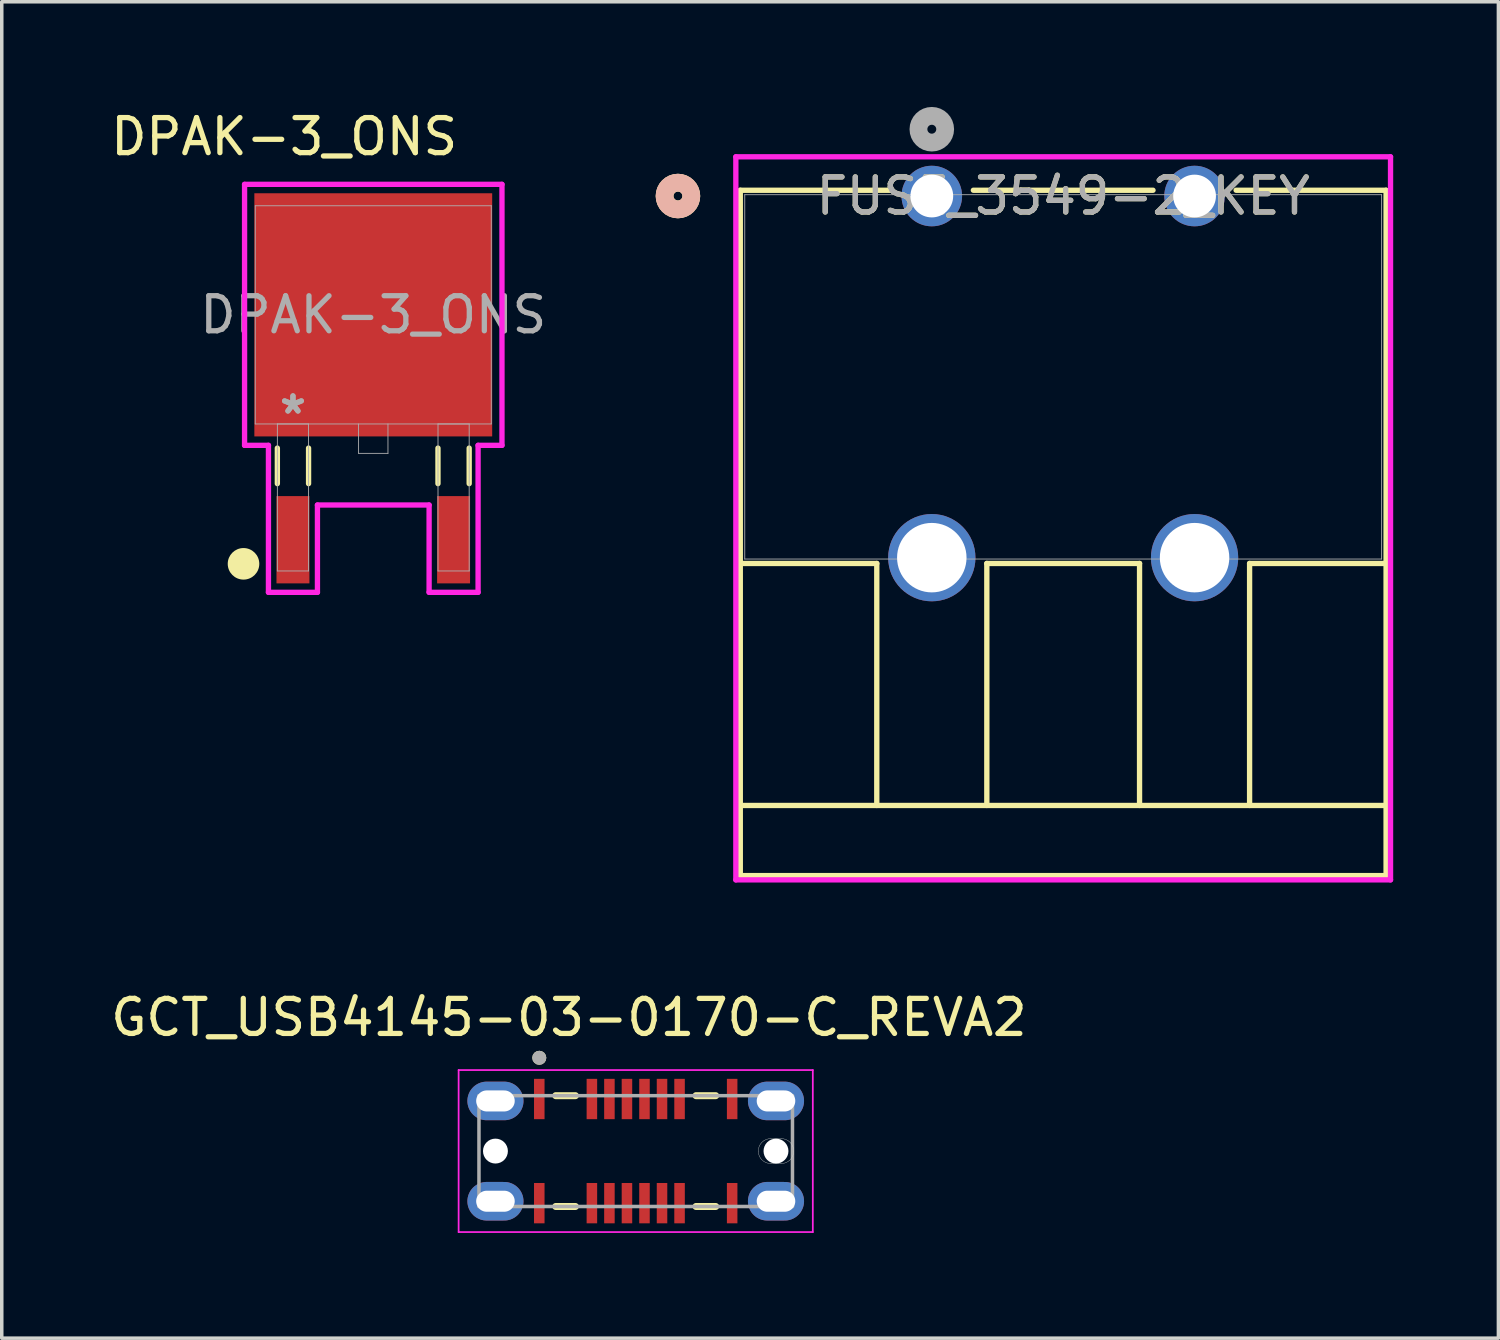
<source format=kicad_pcb>
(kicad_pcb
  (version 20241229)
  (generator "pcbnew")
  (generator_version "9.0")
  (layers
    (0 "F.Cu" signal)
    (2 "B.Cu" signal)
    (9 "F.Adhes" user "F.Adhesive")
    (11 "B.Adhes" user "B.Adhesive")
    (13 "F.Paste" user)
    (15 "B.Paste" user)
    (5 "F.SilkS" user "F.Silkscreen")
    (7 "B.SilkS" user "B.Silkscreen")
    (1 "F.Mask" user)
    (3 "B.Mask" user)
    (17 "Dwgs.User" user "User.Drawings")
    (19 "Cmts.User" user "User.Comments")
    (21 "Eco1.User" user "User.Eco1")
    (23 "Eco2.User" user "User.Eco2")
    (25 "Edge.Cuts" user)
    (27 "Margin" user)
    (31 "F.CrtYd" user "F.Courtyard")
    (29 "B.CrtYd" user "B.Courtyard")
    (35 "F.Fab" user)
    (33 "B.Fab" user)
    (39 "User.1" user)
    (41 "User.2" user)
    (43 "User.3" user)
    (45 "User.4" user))
  (footprint "GCT_USB4145-03-0170-C_REVA2"
    (layer "F.Cu")
    (at 15.078 29.774)
    (property "Reference" "GCT_USB4145-03-0170-C_REVA2" (at -1.905 -3.81 0) (layer "F.SilkS") (effects (font (size 1 1) (thickness 0.15))))
    (attr smd)
    (fp_line (start -2.28 -1.58) (end -1.72 -1.58) (stroke (width 0.2) (type solid)) (layer "F.SilkS"))
    (fp_line (start -2.28 1.58) (end -1.72 1.58) (stroke (width 0.2) (type solid)) (layer "F.SilkS"))
    (fp_line (start 1.72 -1.58) (end 2.28 -1.58) (stroke (width 0.2) (type solid)) (layer "F.SilkS"))
    (fp_line (start 1.72 1.58) (end 2.28 1.58) (stroke (width 0.2) (type solid)) (layer "F.SilkS"))
    (fp_circle (center -2.75 -2.66) (end -2.65 -2.66) (stroke (width 0.2) (type solid)) (fill no) (layer "F.SilkS"))
    (fp_line (start 3.85 -0.355) (end 4.15 -0.355) (stroke (width 0.01) (type solid)) (layer "Edge.Cuts"))
    (fp_line (start 4.15 0.355) (end 3.85 0.355) (stroke (width 0.01) (type solid)) (layer "Edge.Cuts"))
    (fp_arc (start 3.495 0) (mid 3.598977 -0.251023) (end 3.85 -0.355) (stroke (width 0.01) (type solid)) (layer "Edge.Cuts"))
    (fp_arc (start 3.85 0.355) (mid 3.598977 0.251023) (end 3.495 0) (stroke (width 0.01) (type solid)) (layer "Edge.Cuts"))
    (fp_arc (start 4.15 -0.355) (mid 4.401023 -0.251023) (end 4.505 0) (stroke (width 0.01) (type solid)) (layer "Edge.Cuts"))
    (fp_arc (start 4.505 0) (mid 4.401023 0.251023) (end 4.15 0.355) (stroke (width 0.01) (type solid)) (layer "Edge.Cuts"))
    (fp_line (start -5.05 -2.31) (end -5.05 2.31) (stroke (width 0.05) (type solid)) (layer "F.CrtYd"))
    (fp_line (start -5.05 2.31) (end 5.05 2.31) (stroke (width 0.05) (type solid)) (layer "F.CrtYd"))
    (fp_line (start 5.05 -2.31) (end -5.05 -2.31) (stroke (width 0.05) (type solid)) (layer "F.CrtYd"))
    (fp_line (start 5.05 2.31) (end 5.05 -2.31) (stroke (width 0.05) (type solid)) (layer "F.CrtYd"))
    (fp_line (start -4.47 -1.58) (end 4.47 -1.58) (stroke (width 0.1) (type solid)) (layer "F.Fab"))
    (fp_line (start -4.47 1.58) (end -4.47 -1.58) (stroke (width 0.1) (type solid)) (layer "F.Fab"))
    (fp_line (start 4.47 -1.58) (end 4.47 1.58) (stroke (width 0.1) (type solid)) (layer "F.Fab"))
    (fp_line (start 4.47 1.58) (end -4.47 1.58) (stroke (width 0.1) (type solid)) (layer "F.Fab"))
    (fp_circle (center -2.75 -2.66) (end -2.65 -2.66) (stroke (width 0.2) (type solid)) (fill no) (layer "F.Fab"))
    (pad "" np_thru_hole circle (at -4 0) (size 0.71 0.71) (drill 0.71) (layers "*.Cu" "*.Mask"))
    (pad "" np_thru_hole circle (at 4 0) (size 0.71 0.71) (drill 0.71) (layers "*.Cu" "*.Mask"))
    (pad "A1" smd rect (at -2.75 -1.485) (size 0.3 1.15) (layers "F.Cu" "F.Mask" "F.Paste"))
    (pad "A4" smd rect (at -1.25 -1.485) (size 0.3 1.15) (layers "F.Cu" "F.Mask" "F.Paste"))
    (pad "A5" smd rect (at -0.75 -1.485) (size 0.3 1.15) (layers "F.Cu" "F.Mask" "F.Paste"))
    (pad "A6" smd rect (at -0.25 -1.485) (size 0.3 1.15) (layers "F.Cu" "F.Mask" "F.Paste"))
    (pad "A7" smd rect (at 0.25 -1.485) (size 0.3 1.15) (layers "F.Cu" "F.Mask" "F.Paste"))
    (pad "A8" smd rect (at 0.75 -1.485) (size 0.3 1.15) (layers "F.Cu" "F.Mask" "F.Paste"))
    (pad "A9" smd rect (at 1.25 -1.485) (size 0.3 1.15) (layers "F.Cu" "F.Mask" "F.Paste"))
    (pad "A12" smd rect (at 2.75 -1.485) (size 0.3 1.15) (layers "F.Cu" "F.Mask" "F.Paste"))
    (pad "B1" smd rect (at 2.75 1.485) (size 0.3 1.15) (layers "F.Cu" "F.Mask" "F.Paste"))
    (pad "B4" smd rect (at 1.25 1.485) (size 0.3 1.15) (layers "F.Cu" "F.Mask" "F.Paste"))
    (pad "B5" smd rect (at 0.75 1.485) (size 0.3 1.15) (layers "F.Cu" "F.Mask" "F.Paste"))
    (pad "B6" smd rect (at 0.25 1.485) (size 0.3 1.15) (layers "F.Cu" "F.Mask" "F.Paste"))
    (pad "B7" smd rect (at -0.25 1.485) (size 0.3 1.15) (layers "F.Cu" "F.Mask" "F.Paste"))
    (pad "B8" smd rect (at -0.75 1.485) (size 0.3 1.15) (layers "F.Cu" "F.Mask" "F.Paste"))
    (pad "B9" smd rect (at -1.25 1.485) (size 0.3 1.15) (layers "F.Cu" "F.Mask" "F.Paste"))
    (pad "B12" smd rect (at -2.75 1.485) (size 0.3 1.15) (layers "F.Cu" "F.Mask" "F.Paste"))
    (pad "S1" thru_hole oval (at -4 -1.43) (size 1.6 1.1) (drill oval 1.1 0.6) (layers "*.Cu" "*.Mask"))
    (pad "S2" thru_hole oval (at 4 -1.43) (size 1.6 1.1) (drill oval 1.1 0.6) (layers "*.Cu" "*.Mask"))
    (pad "S3" thru_hole oval (at -4 1.43) (size 1.6 1.1) (drill oval 1.1 0.6) (layers "*.Cu" "*.Mask"))
    (pad "S4" thru_hole oval (at 4 1.43) (size 1.6 1.1) (drill oval 1.1 0.6) (layers "*.Cu" "*.Mask")))
  (footprint "DPAK-3_ONS"
    (layer "F.Cu")
    (at 7.594 5.928)
    (property "Reference" "DPAK-3_ONS" (at -2.54 -5.08 0) (unlocked yes) (layer "F.SilkS") (effects (font (size 1 1) (thickness 0.15))))
    (attr smd)
    (fp_line (start -2.735 3.8) (end -2.735 4.813) (stroke (width 0.152) (type solid)) (layer "F.SilkS"))
    (fp_line (start -1.845 3.8) (end -1.845 4.813) (stroke (width 0.152) (type solid)) (layer "F.SilkS"))
    (fp_line (start 1.845 3.8) (end 1.845 4.813) (stroke (width 0.152) (type solid)) (layer "F.SilkS"))
    (fp_line (start 2.735 3.8) (end 2.735 4.813) (stroke (width 0.152) (type solid)) (layer "F.SilkS"))
    (fp_circle (center -3.7 7.1) (end -3.3 7.1) (stroke (width 0.1) (type solid)) (fill yes) (layer "F.SilkS"))
    (fp_line (start -3.67 -3.721) (end 3.67 -3.721) (stroke (width 0.152) (type solid)) (layer "F.CrtYd"))
    (fp_line (start -3.67 3.721) (end -3.67 -3.721) (stroke (width 0.152) (type solid)) (layer "F.CrtYd"))
    (fp_line (start -2.989 3.721) (end -3.67 3.721) (stroke (width 0.152) (type solid)) (layer "F.CrtYd"))
    (fp_line (start -2.989 7.912) (end -2.989 3.721) (stroke (width 0.152) (type solid)) (layer "F.CrtYd"))
    (fp_line (start -1.592 5.423) (end -1.592 7.912) (stroke (width 0.152) (type solid)) (layer "F.CrtYd"))
    (fp_line (start -1.592 7.912) (end -2.989 7.912) (stroke (width 0.152) (type solid)) (layer "F.CrtYd"))
    (fp_line (start 1.592 5.423) (end -1.592 5.423) (stroke (width 0.152) (type solid)) (layer "F.CrtYd"))
    (fp_line (start 1.592 7.912) (end 1.592 5.423) (stroke (width 0.152) (type solid)) (layer "F.CrtYd"))
    (fp_line (start 2.989 3.721) (end 2.989 7.912) (stroke (width 0.152) (type solid)) (layer "F.CrtYd"))
    (fp_line (start 2.989 7.912) (end 1.592 7.912) (stroke (width 0.152) (type solid)) (layer "F.CrtYd"))
    (fp_line (start 3.67 -3.721) (end 3.67 3.721) (stroke (width 0.152) (type solid)) (layer "F.CrtYd"))
    (fp_line (start 3.67 3.721) (end 2.989 3.721) (stroke (width 0.152) (type solid)) (layer "F.CrtYd"))
    (fp_line (start -3.365 -3.111) (end -3.365 3.111) (stroke (width 0.025) (type solid)) (layer "F.Fab"))
    (fp_line (start -3.365 3.111) (end 3.365 3.111) (stroke (width 0.025) (type solid)) (layer "F.Fab"))
    (fp_line (start -2.735 3.111) (end -2.735 7.303) (stroke (width 0.025) (type solid)) (layer "F.Fab"))
    (fp_line (start -2.735 7.303) (end -1.846 7.303) (stroke (width 0.025) (type solid)) (layer "F.Fab"))
    (fp_line (start -1.846 3.111) (end -2.735 3.111) (stroke (width 0.025) (type solid)) (layer "F.Fab"))
    (fp_line (start -1.846 7.303) (end -1.846 3.111) (stroke (width 0.025) (type solid)) (layer "F.Fab"))
    (fp_line (start -0.419 3.111) (end -0.419 3.95) (stroke (width 0.025) (type solid)) (layer "F.Fab"))
    (fp_line (start -0.419 3.95) (end 0.419 3.95) (stroke (width 0.025) (type solid)) (layer "F.Fab"))
    (fp_line (start 0.419 3.95) (end 0.419 3.111) (stroke (width 0.025) (type solid)) (layer "F.Fab"))
    (fp_line (start 1.846 3.111) (end 1.846 7.303) (stroke (width 0.025) (type solid)) (layer "F.Fab"))
    (fp_line (start 1.846 7.303) (end 2.735 7.303) (stroke (width 0.025) (type solid)) (layer "F.Fab"))
    (fp_line (start 2.735 3.111) (end 1.846 3.111) (stroke (width 0.025) (type solid)) (layer "F.Fab"))
    (fp_line (start 2.735 7.303) (end 2.735 3.111) (stroke (width 0.025) (type solid)) (layer "F.Fab"))
    (fp_line (start 3.365 -3.111) (end -3.365 -3.111) (stroke (width 0.025) (type solid)) (layer "F.Fab"))
    (fp_line (start 3.365 3.111) (end 3.365 -3.111) (stroke (width 0.025) (type solid)) (layer "F.Fab"))
    (fp_text user "*" (at -2.29 2.857 0) (unlocked yes) (layer "F.Fab") (effects (font (size 1 1) (thickness 0.15))))
    (fp_text user "${REFERENCE}" (at 0 0 0) (unlocked yes) (layer "F.Fab") (effects (font (size 1 1) (thickness 0.15))))
    (fp_text user "*" (at -2.29 2.857 0) (layer "F.Fab") (effects (font (size 1 1) (thickness 0.15))))
    (pad "1" smd rect (at -2.29 6.413) (size 0.94 2.489) (layers "F.Cu" "F.Mask" "F.Paste"))
    (pad "2" smd rect (at 0 0) (size 6.782 6.934) (layers "F.Cu" "F.Mask" "F.Paste"))
    (pad "3" smd rect (at 2.29 6.413) (size 0.94 2.489) (layers "F.Cu" "F.Mask" "F.Paste")))
  (footprint "FUSE_3549-2_KEY"
    (layer "F.Cu")
    (at 23.521 2.54)
    (property "Reference" "FUSE_3549-2_KEY" (at 3.747 0 0) (unlocked yes) (layer "F.SilkS") (effects (font (size 1 1) (thickness 0.15))))
    (attr through_hole)
    (fp_line (start -5.461 -0.165) (end -5.461 10.477) (stroke (width 0.152) (type solid)) (layer "F.SilkS"))
    (fp_line (start -5.461 10.477) (end -5.461 19.378) (stroke (width 0.152) (type solid)) (layer "F.SilkS"))
    (fp_line (start -5.461 10.477) (end -1.569 10.477) (stroke (width 0.152) (type solid)) (layer "F.SilkS"))
    (fp_line (start -1.569 10.477) (end -1.569 17.378) (stroke (width 0.152) (type solid)) (layer "F.SilkS"))
    (fp_line (start -1.185 -0.165) (end -5.461 -0.165) (stroke (width 0.152) (type solid)) (layer "F.SilkS"))
    (fp_line (start 1.569 10.477) (end 5.924 10.477) (stroke (width 0.152) (type solid)) (layer "F.SilkS"))
    (fp_line (start 1.569 17.378) (end 1.569 10.477) (stroke (width 0.152) (type solid)) (layer "F.SilkS"))
    (fp_line (start 5.924 17.378) (end 5.924 10.477) (stroke (width 0.152) (type solid)) (layer "F.SilkS"))
    (fp_line (start 6.308 -0.165) (end 1.185 -0.165) (stroke (width 0.152) (type solid)) (layer "F.SilkS"))
    (fp_line (start 9.062 10.477) (end 12.954 10.477) (stroke (width 0.152) (type solid)) (layer "F.SilkS"))
    (fp_line (start 9.062 17.378) (end 9.062 10.477) (stroke (width 0.152) (type solid)) (layer "F.SilkS"))
    (fp_line (start 12.954 -0.165) (end 8.678 -0.165) (stroke (width 0.152) (type solid)) (layer "F.SilkS"))
    (fp_line (start 12.954 10.477) (end 12.954 -0.165) (stroke (width 0.152) (type solid)) (layer "F.SilkS"))
    (fp_line (start 12.954 10.477) (end 12.954 19.378) (stroke (width 0.152) (type solid)) (layer "F.SilkS"))
    (fp_line (start 12.954 17.378) (end -5.461 17.378) (stroke (width 0.152) (type solid)) (layer "F.SilkS"))
    (fp_line (start 12.954 19.378) (end -5.461 19.378) (stroke (width 0.152) (type solid)) (layer "F.SilkS"))
    (fp_circle (center -7.239 0) (end -6.858 0) (stroke (width 0.508) (type solid)) (fill no) (layer "F.SilkS"))
    (fp_circle (center -7.239 0) (end -6.858 0) (stroke (width 0.508) (type solid)) (fill no) (layer "B.SilkS"))
    (fp_line (start -5.588 -1.118) (end -5.588 19.5) (stroke (width 0.152) (type solid)) (layer "F.CrtYd"))
    (fp_line (start -5.588 19.5) (end 13.081 19.5) (stroke (width 0.152) (type solid)) (layer "F.CrtYd"))
    (fp_line (start 13.081 -1.118) (end -5.588 -1.118) (stroke (width 0.152) (type solid)) (layer "F.CrtYd"))
    (fp_line (start 13.081 19.5) (end 13.081 -1.118) (stroke (width 0.152) (type solid)) (layer "F.CrtYd"))
    (fp_line (start -5.334 -0.038) (end -5.334 10.351) (stroke (width 0.025) (type solid)) (layer "F.Fab"))
    (fp_line (start -5.334 10.351) (end 12.827 10.351) (stroke (width 0.025) (type solid)) (layer "F.Fab"))
    (fp_line (start 12.827 -0.038) (end -5.334 -0.038) (stroke (width 0.025) (type solid)) (layer "F.Fab"))
    (fp_line (start 12.827 10.351) (end 12.827 -0.038) (stroke (width 0.025) (type solid)) (layer "F.Fab"))
    (fp_circle (center 0 -1.905) (end 0.381 -1.905) (stroke (width 0.508) (type solid)) (fill no) (layer "F.Fab"))
    (fp_text user "${REFERENCE}" (at 3.747 0 0) (unlocked yes) (layer "F.Fab") (effects (font (size 1 1) (thickness 0.15))))
    (pad "1" thru_hole circle (at 0 0) (size 1.727 1.727) (drill 1.219) (layers "*.Cu" "*.Mask"))
    (pad "2" thru_hole circle (at 0 10.312) (size 2.489 2.489) (drill 1.981) (layers "*.Cu" "*.Mask"))
    (pad "3" thru_hole circle (at 7.493 10.312) (size 2.489 2.489) (drill 1.981) (layers "*.Cu" "*.Mask"))
    (pad "4" thru_hole circle (at 7.493 0) (size 1.727 1.727) (drill 1.219) (layers "*.Cu" "*.Mask")))
  (gr_rect
    (start -3 -3)
    (end 39.678 35.109)
    (stroke (width 0.1) (type default))
    (fill no)
    (layer "Edge.Cuts")))
</source>
